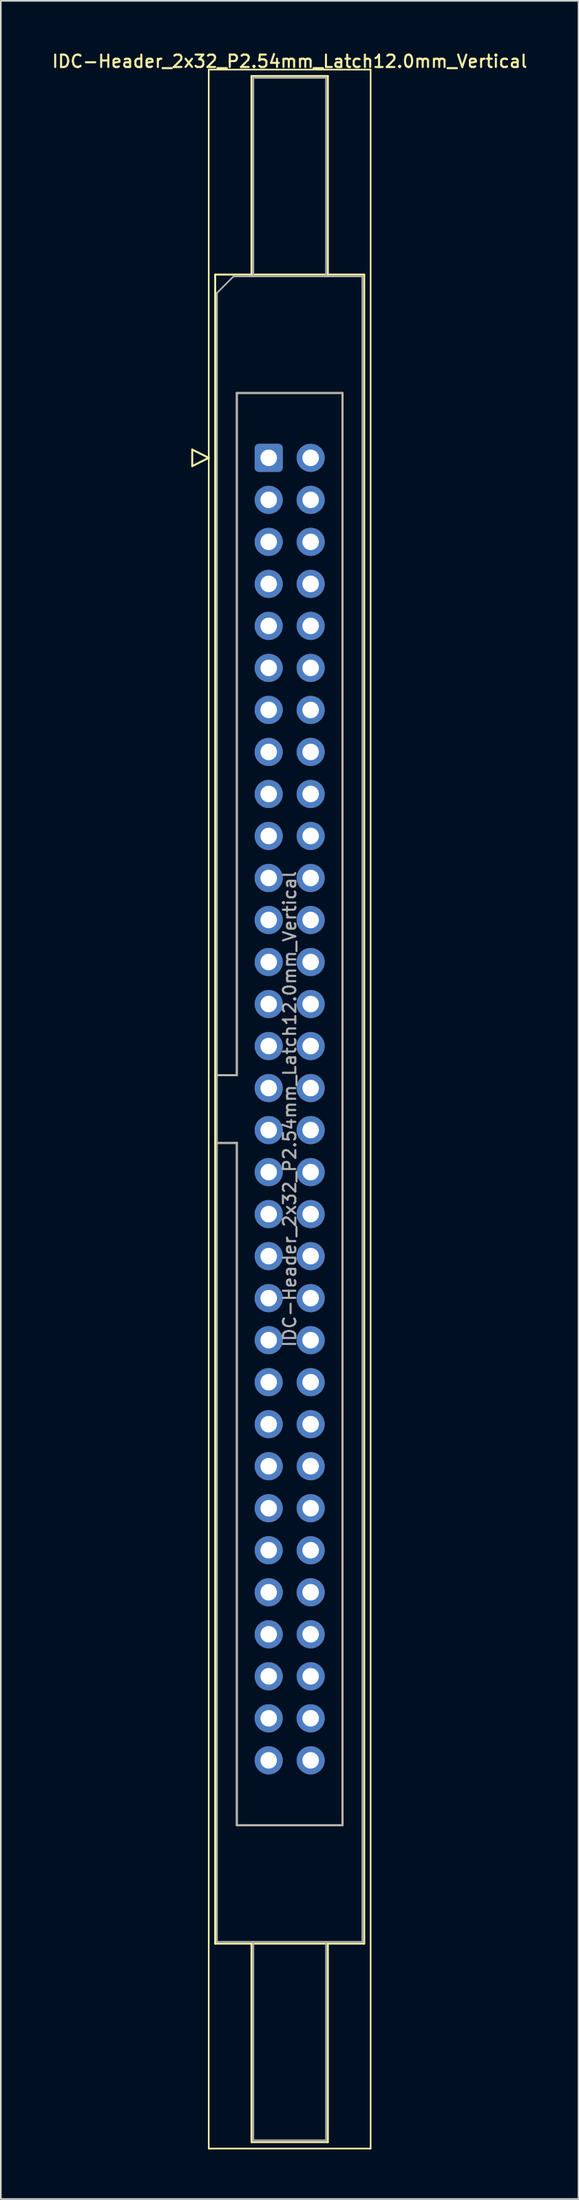
<source format=kicad_pcb>
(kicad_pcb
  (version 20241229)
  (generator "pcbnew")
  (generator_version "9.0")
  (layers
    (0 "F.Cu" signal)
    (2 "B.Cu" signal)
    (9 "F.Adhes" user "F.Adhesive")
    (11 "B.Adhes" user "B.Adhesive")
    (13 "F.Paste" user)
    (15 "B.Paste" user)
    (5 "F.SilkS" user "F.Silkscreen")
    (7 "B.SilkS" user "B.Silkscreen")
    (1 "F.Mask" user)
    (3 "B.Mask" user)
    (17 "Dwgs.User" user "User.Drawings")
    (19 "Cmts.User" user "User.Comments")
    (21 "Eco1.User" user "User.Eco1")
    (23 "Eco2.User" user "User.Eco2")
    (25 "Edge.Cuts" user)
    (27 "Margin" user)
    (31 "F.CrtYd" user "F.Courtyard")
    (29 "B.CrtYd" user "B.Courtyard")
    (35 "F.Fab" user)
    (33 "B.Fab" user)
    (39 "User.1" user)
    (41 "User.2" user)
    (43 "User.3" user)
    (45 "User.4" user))
  (footprint "IDC-Header_2x32_P2.54mm_Latch12.0mm_Vertical"
    (layer "F.Cu")
    (at 13.217 24.628)
    (property "Reference" "IDC-Header_2x32_P2.54mm_Latch12.0mm_Vertical" (at 1.27 -23.97 0) (layer "F.SilkS") (effects (font (size 0.75 0.75) (thickness 0.125))))
    (attr through_hole)
    (fp_line (start -4.63 -0.5) (end -4.63 0.5) (stroke (width 0.12) (type solid)) (layer "F.SilkS"))
    (fp_line (start -4.63 0.5) (end -3.63 0) (stroke (width 0.12) (type solid)) (layer "F.SilkS"))
    (fp_line (start -3.63 -23.47) (end -3.63 102.21) (stroke (width 0.1) (type solid)) (layer "F.SilkS"))
    (fp_line (start -3.63 0) (end -4.63 -0.5) (stroke (width 0.12) (type solid)) (layer "F.SilkS"))
    (fp_line (start -3.63 102.21) (end 6.17 102.21) (stroke (width 0.1) (type solid)) (layer "F.SilkS"))
    (fp_line (start -3.24 -11.08) (end 5.78 -11.08) (stroke (width 0.12) (type solid)) (layer "F.SilkS"))
    (fp_line (start -3.24 37.32) (end -1.93 37.32) (stroke (width 0.12) (type solid)) (layer "F.SilkS"))
    (fp_line (start -3.24 89.82) (end -3.24 -11.08) (stroke (width 0.12) (type solid)) (layer "F.SilkS"))
    (fp_line (start -1.93 -3.92) (end 4.47 -3.92) (stroke (width 0.12) (type solid)) (layer "F.SilkS"))
    (fp_line (start -1.93 37.32) (end -1.93 -3.92) (stroke (width 0.12) (type solid)) (layer "F.SilkS"))
    (fp_line (start -1.93 41.42) (end -3.24 41.42) (stroke (width 0.12) (type solid)) (layer "F.SilkS"))
    (fp_line (start -1.93 41.42) (end -1.93 41.42) (stroke (width 0.12) (type solid)) (layer "F.SilkS"))
    (fp_line (start -1.93 82.66) (end -1.93 41.42) (stroke (width 0.12) (type solid)) (layer "F.SilkS"))
    (fp_line (start -1.04 -23.08) (end 3.58 -23.08) (stroke (width 0.12) (type solid)) (layer "F.SilkS"))
    (fp_line (start -1.04 -11.08) (end -1.04 -23.08) (stroke (width 0.12) (type solid)) (layer "F.SilkS"))
    (fp_line (start -1.04 89.82) (end -1.04 101.82) (stroke (width 0.12) (type solid)) (layer "F.SilkS"))
    (fp_line (start -1.04 101.82) (end 3.58 101.82) (stroke (width 0.12) (type solid)) (layer "F.SilkS"))
    (fp_line (start 3.58 -23.08) (end 3.58 -11.08) (stroke (width 0.12) (type solid)) (layer "F.SilkS"))
    (fp_line (start 3.58 101.82) (end 3.58 89.82) (stroke (width 0.12) (type solid)) (layer "F.SilkS"))
    (fp_line (start 4.47 -3.92) (end 4.47 82.66) (stroke (width 0.12) (type solid)) (layer "F.SilkS"))
    (fp_line (start 4.47 82.66) (end -1.93 82.66) (stroke (width 0.12) (type solid)) (layer "F.SilkS"))
    (fp_line (start 5.78 -11.08) (end 5.78 89.82) (stroke (width 0.12) (type solid)) (layer "F.SilkS"))
    (fp_line (start 5.78 89.82) (end -3.24 89.82) (stroke (width 0.12) (type solid)) (layer "F.SilkS"))
    (fp_line (start 6.17 -23.47) (end -3.63 -23.47) (stroke (width 0.1) (type solid)) (layer "F.SilkS"))
    (fp_line (start 6.17 102.21) (end 6.17 -23.47) (stroke (width 0.1) (type solid)) (layer "F.SilkS"))
    (fp_line (start -3.13 -9.97) (end -2.13 -10.97) (stroke (width 0.1) (type solid)) (layer "F.Fab"))
    (fp_line (start -3.13 37.32) (end -1.93 37.32) (stroke (width 0.1) (type solid)) (layer "F.Fab"))
    (fp_line (start -3.13 89.71) (end -3.13 -9.97) (stroke (width 0.1) (type solid)) (layer "F.Fab"))
    (fp_line (start -2.13 -10.97) (end 5.67 -10.97) (stroke (width 0.1) (type solid)) (layer "F.Fab"))
    (fp_line (start -1.93 -3.92) (end 4.47 -3.92) (stroke (width 0.1) (type solid)) (layer "F.Fab"))
    (fp_line (start -1.93 37.32) (end -1.93 -3.92) (stroke (width 0.1) (type solid)) (layer "F.Fab"))
    (fp_line (start -1.93 41.42) (end -3.13 41.42) (stroke (width 0.1) (type solid)) (layer "F.Fab"))
    (fp_line (start -1.93 41.42) (end -1.93 41.42) (stroke (width 0.1) (type solid)) (layer "F.Fab"))
    (fp_line (start -1.93 82.66) (end -1.93 41.42) (stroke (width 0.1) (type solid)) (layer "F.Fab"))
    (fp_line (start -0.93 -22.97) (end 3.47 -22.97) (stroke (width 0.1) (type solid)) (layer "F.Fab"))
    (fp_line (start -0.93 -10.97) (end -0.93 -22.97) (stroke (width 0.1) (type solid)) (layer "F.Fab"))
    (fp_line (start -0.93 89.71) (end -0.93 101.71) (stroke (width 0.1) (type solid)) (layer "F.Fab"))
    (fp_line (start -0.93 101.71) (end 3.47 101.71) (stroke (width 0.1) (type solid)) (layer "F.Fab"))
    (fp_line (start 3.47 -22.97) (end 3.47 -10.97) (stroke (width 0.1) (type solid)) (layer "F.Fab"))
    (fp_line (start 3.47 101.71) (end 3.47 89.71) (stroke (width 0.1) (type solid)) (layer "F.Fab"))
    (fp_line (start 4.47 -3.92) (end 4.47 82.66) (stroke (width 0.1) (type solid)) (layer "F.Fab"))
    (fp_line (start 4.47 82.66) (end -1.93 82.66) (stroke (width 0.1) (type solid)) (layer "F.Fab"))
    (fp_line (start 5.67 -10.97) (end 5.67 89.71) (stroke (width 0.1) (type solid)) (layer "F.Fab"))
    (fp_line (start 5.67 89.71) (end -3.13 89.71) (stroke (width 0.1) (type solid)) (layer "F.Fab"))
    (fp_text user "${REFERENCE}" (at 1.27 39.37 90) (layer "F.Fab") (effects (font (size 0.75 0.75) (thickness 0.125))))
    (pad "1" thru_hole roundrect (at 0 0) (size 1.7 1.7) (drill 1) (layers "*.Cu" "*.Mask") (roundrect_rratio 0.147))
    (pad "2" thru_hole circle (at 2.54 0) (size 1.7 1.7) (drill 1) (layers "*.Cu" "*.Mask"))
    (pad "3" thru_hole circle (at 0 2.54) (size 1.7 1.7) (drill 1) (layers "*.Cu" "*.Mask"))
    (pad "4" thru_hole circle (at 2.54 2.54) (size 1.7 1.7) (drill 1) (layers "*.Cu" "*.Mask"))
    (pad "5" thru_hole circle (at 0 5.08) (size 1.7 1.7) (drill 1) (layers "*.Cu" "*.Mask"))
    (pad "6" thru_hole circle (at 2.54 5.08) (size 1.7 1.7) (drill 1) (layers "*.Cu" "*.Mask"))
    (pad "7" thru_hole circle (at 0 7.62) (size 1.7 1.7) (drill 1) (layers "*.Cu" "*.Mask"))
    (pad "8" thru_hole circle (at 2.54 7.62) (size 1.7 1.7) (drill 1) (layers "*.Cu" "*.Mask"))
    (pad "9" thru_hole circle (at 0 10.16) (size 1.7 1.7) (drill 1) (layers "*.Cu" "*.Mask"))
    (pad "10" thru_hole circle (at 2.54 10.16) (size 1.7 1.7) (drill 1) (layers "*.Cu" "*.Mask"))
    (pad "11" thru_hole circle (at 0 12.7) (size 1.7 1.7) (drill 1) (layers "*.Cu" "*.Mask"))
    (pad "12" thru_hole circle (at 2.54 12.7) (size 1.7 1.7) (drill 1) (layers "*.Cu" "*.Mask"))
    (pad "13" thru_hole circle (at 0 15.24) (size 1.7 1.7) (drill 1) (layers "*.Cu" "*.Mask"))
    (pad "14" thru_hole circle (at 2.54 15.24) (size 1.7 1.7) (drill 1) (layers "*.Cu" "*.Mask"))
    (pad "15" thru_hole circle (at 0 17.78) (size 1.7 1.7) (drill 1) (layers "*.Cu" "*.Mask"))
    (pad "16" thru_hole circle (at 2.54 17.78) (size 1.7 1.7) (drill 1) (layers "*.Cu" "*.Mask"))
    (pad "17" thru_hole circle (at 0 20.32) (size 1.7 1.7) (drill 1) (layers "*.Cu" "*.Mask"))
    (pad "18" thru_hole circle (at 2.54 20.32) (size 1.7 1.7) (drill 1) (layers "*.Cu" "*.Mask"))
    (pad "19" thru_hole circle (at 0 22.86) (size 1.7 1.7) (drill 1) (layers "*.Cu" "*.Mask"))
    (pad "20" thru_hole circle (at 2.54 22.86) (size 1.7 1.7) (drill 1) (layers "*.Cu" "*.Mask"))
    (pad "21" thru_hole circle (at 0 25.4) (size 1.7 1.7) (drill 1) (layers "*.Cu" "*.Mask"))
    (pad "22" thru_hole circle (at 2.54 25.4) (size 1.7 1.7) (drill 1) (layers "*.Cu" "*.Mask"))
    (pad "23" thru_hole circle (at 0 27.94) (size 1.7 1.7) (drill 1) (layers "*.Cu" "*.Mask"))
    (pad "24" thru_hole circle (at 2.54 27.94) (size 1.7 1.7) (drill 1) (layers "*.Cu" "*.Mask"))
    (pad "25" thru_hole circle (at 0 30.48) (size 1.7 1.7) (drill 1) (layers "*.Cu" "*.Mask"))
    (pad "26" thru_hole circle (at 2.54 30.48) (size 1.7 1.7) (drill 1) (layers "*.Cu" "*.Mask"))
    (pad "27" thru_hole circle (at 0 33.02) (size 1.7 1.7) (drill 1) (layers "*.Cu" "*.Mask"))
    (pad "28" thru_hole circle (at 2.54 33.02) (size 1.7 1.7) (drill 1) (layers "*.Cu" "*.Mask"))
    (pad "29" thru_hole circle (at 0 35.56) (size 1.7 1.7) (drill 1) (layers "*.Cu" "*.Mask"))
    (pad "30" thru_hole circle (at 2.54 35.56) (size 1.7 1.7) (drill 1) (layers "*.Cu" "*.Mask"))
    (pad "31" thru_hole circle (at 0 38.1) (size 1.7 1.7) (drill 1) (layers "*.Cu" "*.Mask"))
    (pad "32" thru_hole circle (at 2.54 38.1) (size 1.7 1.7) (drill 1) (layers "*.Cu" "*.Mask"))
    (pad "33" thru_hole circle (at 0 40.64) (size 1.7 1.7) (drill 1) (layers "*.Cu" "*.Mask"))
    (pad "34" thru_hole circle (at 2.54 40.64) (size 1.7 1.7) (drill 1) (layers "*.Cu" "*.Mask"))
    (pad "35" thru_hole circle (at 0 43.18) (size 1.7 1.7) (drill 1) (layers "*.Cu" "*.Mask"))
    (pad "36" thru_hole circle (at 2.54 43.18) (size 1.7 1.7) (drill 1) (layers "*.Cu" "*.Mask"))
    (pad "37" thru_hole circle (at 0 45.72) (size 1.7 1.7) (drill 1) (layers "*.Cu" "*.Mask"))
    (pad "38" thru_hole circle (at 2.54 45.72) (size 1.7 1.7) (drill 1) (layers "*.Cu" "*.Mask"))
    (pad "39" thru_hole circle (at 0 48.26) (size 1.7 1.7) (drill 1) (layers "*.Cu" "*.Mask"))
    (pad "40" thru_hole circle (at 2.54 48.26) (size 1.7 1.7) (drill 1) (layers "*.Cu" "*.Mask"))
    (pad "41" thru_hole circle (at 0 50.8) (size 1.7 1.7) (drill 1) (layers "*.Cu" "*.Mask"))
    (pad "42" thru_hole circle (at 2.54 50.8) (size 1.7 1.7) (drill 1) (layers "*.Cu" "*.Mask"))
    (pad "43" thru_hole circle (at 0 53.34) (size 1.7 1.7) (drill 1) (layers "*.Cu" "*.Mask"))
    (pad "44" thru_hole circle (at 2.54 53.34) (size 1.7 1.7) (drill 1) (layers "*.Cu" "*.Mask"))
    (pad "45" thru_hole circle (at 0 55.88) (size 1.7 1.7) (drill 1) (layers "*.Cu" "*.Mask"))
    (pad "46" thru_hole circle (at 2.54 55.88) (size 1.7 1.7) (drill 1) (layers "*.Cu" "*.Mask"))
    (pad "47" thru_hole circle (at 0 58.42) (size 1.7 1.7) (drill 1) (layers "*.Cu" "*.Mask"))
    (pad "48" thru_hole circle (at 2.54 58.42) (size 1.7 1.7) (drill 1) (layers "*.Cu" "*.Mask"))
    (pad "49" thru_hole circle (at 0 60.96) (size 1.7 1.7) (drill 1) (layers "*.Cu" "*.Mask"))
    (pad "50" thru_hole circle (at 2.54 60.96) (size 1.7 1.7) (drill 1) (layers "*.Cu" "*.Mask"))
    (pad "51" thru_hole circle (at 0 63.5) (size 1.7 1.7) (drill 1) (layers "*.Cu" "*.Mask"))
    (pad "52" thru_hole circle (at 2.54 63.5) (size 1.7 1.7) (drill 1) (layers "*.Cu" "*.Mask"))
    (pad "53" thru_hole circle (at 0 66.04) (size 1.7 1.7) (drill 1) (layers "*.Cu" "*.Mask"))
    (pad "54" thru_hole circle (at 2.54 66.04) (size 1.7 1.7) (drill 1) (layers "*.Cu" "*.Mask"))
    (pad "55" thru_hole circle (at 0 68.58) (size 1.7 1.7) (drill 1) (layers "*.Cu" "*.Mask"))
    (pad "56" thru_hole circle (at 2.54 68.58) (size 1.7 1.7) (drill 1) (layers "*.Cu" "*.Mask"))
    (pad "57" thru_hole circle (at 0 71.12) (size 1.7 1.7) (drill 1) (layers "*.Cu" "*.Mask"))
    (pad "58" thru_hole circle (at 2.54 71.12) (size 1.7 1.7) (drill 1) (layers "*.Cu" "*.Mask"))
    (pad "59" thru_hole circle (at 0 73.66) (size 1.7 1.7) (drill 1) (layers "*.Cu" "*.Mask"))
    (pad "60" thru_hole circle (at 2.54 73.66) (size 1.7 1.7) (drill 1) (layers "*.Cu" "*.Mask"))
    (pad "61" thru_hole circle (at 0 76.2) (size 1.7 1.7) (drill 1) (layers "*.Cu" "*.Mask"))
    (pad "62" thru_hole circle (at 2.54 76.2) (size 1.7 1.7) (drill 1) (layers "*.Cu" "*.Mask"))
    (pad "63" thru_hole circle (at 0 78.74) (size 1.7 1.7) (drill 1) (layers "*.Cu" "*.Mask"))
    (pad "64" thru_hole circle (at 2.54 78.74) (size 1.7 1.7) (drill 1) (layers "*.Cu" "*.Mask")))
  (gr_rect
    (start -3 -3)
    (end 31.975 129.888)
    (stroke (width 0.1) (type default))
    (fill no)
    (layer "Edge.Cuts")))
</source>
